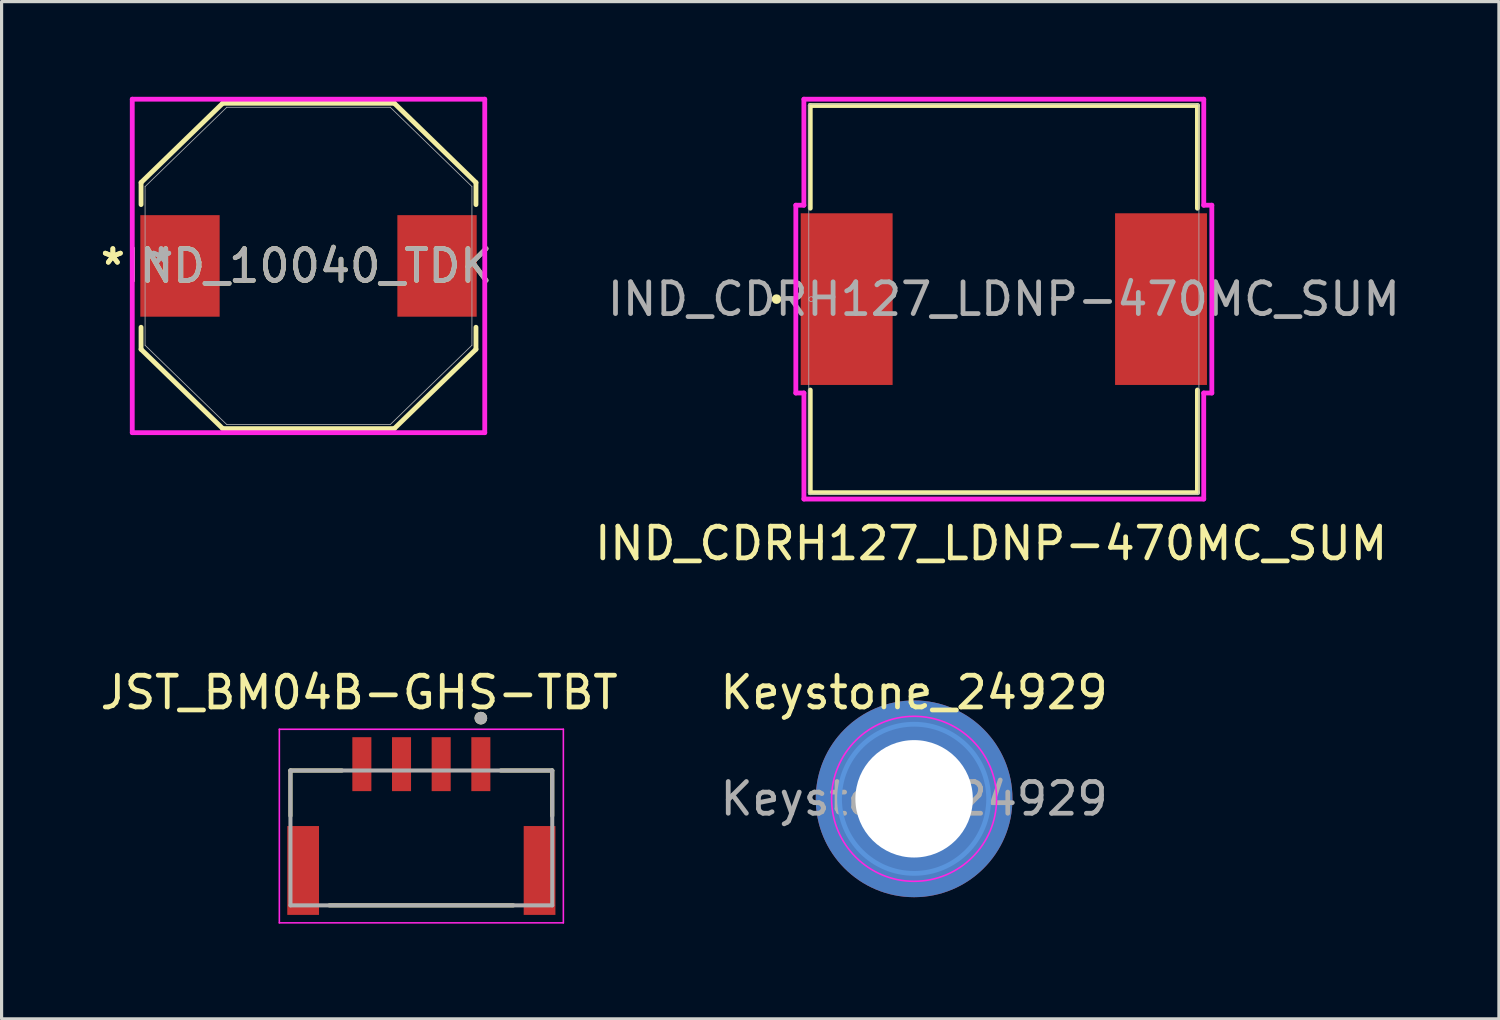
<source format=kicad_pcb>
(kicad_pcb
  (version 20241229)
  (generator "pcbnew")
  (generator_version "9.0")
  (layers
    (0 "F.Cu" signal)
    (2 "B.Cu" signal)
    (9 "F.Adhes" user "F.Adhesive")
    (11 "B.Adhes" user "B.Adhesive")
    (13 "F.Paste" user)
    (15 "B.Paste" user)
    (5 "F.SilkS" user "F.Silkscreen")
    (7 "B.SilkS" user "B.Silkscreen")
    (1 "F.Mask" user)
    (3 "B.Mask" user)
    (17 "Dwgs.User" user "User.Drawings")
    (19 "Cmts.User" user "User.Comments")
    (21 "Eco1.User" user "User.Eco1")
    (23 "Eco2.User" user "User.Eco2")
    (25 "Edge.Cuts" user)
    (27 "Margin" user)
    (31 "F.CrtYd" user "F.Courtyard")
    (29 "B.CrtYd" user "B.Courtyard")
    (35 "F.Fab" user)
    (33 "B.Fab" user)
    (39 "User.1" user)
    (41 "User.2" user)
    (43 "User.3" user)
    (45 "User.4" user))
  (footprint "Keystone_24929"
    (layer "F.Cu")
    (at 25.756 22.123)
    (property "Reference" "Keystone_24929" (at 0 -3.35 0) (layer "F.SilkS") (effects (font (size 1 1) (thickness 0.15))))
    (attr exclude_from_pos_files exclude_from_bom)
    (fp_circle (center 0 0) (end 2.35 0) (stroke (width 0.15) (type solid)) (fill no) (layer "Cmts.User"))
    (fp_circle (center 0 0) (end 2.6 0) (stroke (width 0.05) (type solid)) (fill no) (layer "F.CrtYd"))
    (fp_text user "${REFERENCE}" (at 0 0 0) (layer "F.Fab") (effects (font (size 1 1) (thickness 0.15))))
    (pad "1" thru_hole circle (at 0 0) (size 6.2 6.2) (drill 3.7) (layers "*.Cu" "*.Mask")))
  (footprint "IND_CDRH127_LDNP-470MC_SUM"
    (layer "F.Cu")
    (at 28.584 6.376)
    (property "Reference" "IND_CDRH127_LDNP-470MC_SUM" (at -0.4 7.7 0) (unlocked yes) (layer "F.SilkS") (effects (font (size 1 1) (thickness 0.15))))
    (attr smd)
    (fp_line (start -6.1 -6.1) (end -6.1 -2.864) (stroke (width 0.152) (type solid)) (layer "F.SilkS"))
    (fp_line (start -6.1 6.1) (end -6.1 2.864) (stroke (width 0.152) (type solid)) (layer "F.SilkS"))
    (fp_line (start 6.1 -6.1) (end -6.1 -6.1) (stroke (width 0.152) (type solid)) (layer "F.SilkS"))
    (fp_line (start 6.1 -2.864) (end 6.1 -6.1) (stroke (width 0.152) (type solid)) (layer "F.SilkS"))
    (fp_line (start 6.1 2.864) (end 6.1 6.1) (stroke (width 0.152) (type solid)) (layer "F.SilkS"))
    (fp_line (start 6.1 6.1) (end -6.1 6.1) (stroke (width 0.152) (type solid)) (layer "F.SilkS"))
    (fp_circle (center -7.163 0) (end -7.087 0) (stroke (width 0.152) (type solid)) (fill no) (layer "F.SilkS"))
    (fp_line (start -6.555 -2.959) (end -6.301 -2.959) (stroke (width 0.152) (type solid)) (layer "F.CrtYd"))
    (fp_line (start -6.555 2.959) (end -6.555 -2.959) (stroke (width 0.152) (type solid)) (layer "F.CrtYd"))
    (fp_line (start -6.301 -2.959) (end -6.301 -6.3) (stroke (width 0.152) (type solid)) (layer "F.CrtYd"))
    (fp_line (start -6.3 -6.3) (end 6.3 -6.3) (stroke (width 0.152) (type solid)) (layer "F.CrtYd"))
    (fp_line (start -6.3 2.959) (end -6.555 2.959) (stroke (width 0.152) (type solid)) (layer "F.CrtYd"))
    (fp_line (start -6.3 6.3) (end -6.3 2.959) (stroke (width 0.152) (type solid)) (layer "F.CrtYd"))
    (fp_line (start -6.3 6.3) (end 6.3 6.3) (stroke (width 0.152) (type solid)) (layer "F.CrtYd"))
    (fp_line (start 6.299 2.959) (end 6.554 2.959) (stroke (width 0.152) (type solid)) (layer "F.CrtYd"))
    (fp_line (start 6.299 6.3) (end 6.299 2.959) (stroke (width 0.152) (type solid)) (layer "F.CrtYd"))
    (fp_line (start 6.3 -2.959) (end 6.3 -6.3) (stroke (width 0.152) (type solid)) (layer "F.CrtYd"))
    (fp_line (start 6.554 -2.959) (end 6.3 -2.959) (stroke (width 0.152) (type solid)) (layer "F.CrtYd"))
    (fp_line (start 6.554 2.959) (end 6.554 -2.959) (stroke (width 0.152) (type solid)) (layer "F.CrtYd"))
    (fp_line (start -6.147 -6.147) (end -6.147 6.147) (stroke (width 0.025) (type solid)) (layer "F.Fab"))
    (fp_line (start -6.147 6.147) (end 6.147 6.147) (stroke (width 0.025) (type solid)) (layer "F.Fab"))
    (fp_line (start 6.147 -6.147) (end -6.147 -6.147) (stroke (width 0.025) (type solid)) (layer "F.Fab"))
    (fp_line (start 6.147 6.147) (end 6.147 -6.147) (stroke (width 0.025) (type solid)) (layer "F.Fab"))
    (fp_circle (center -6.071 0) (end -5.994 0) (stroke (width 0.025) (type solid)) (fill no) (layer "F.Fab"))
    (fp_text user "${REFERENCE}" (at 0 0 0) (unlocked yes) (layer "F.Fab") (effects (font (size 1 1) (thickness 0.15))))
    (pad "1" smd rect (at -4.953 0) (size 2.896 5.41) (layers "F.Cu" "F.Mask" "F.Paste"))
    (pad "2" smd rect (at 4.953 0) (size 2.896 5.41) (layers "F.Cu" "F.Mask" "F.Paste")))
  (footprint "JST_BM04B-GHS-TBT"
    (layer "F.Cu")
    (at 10.228 24.381)
    (property "Reference" "JST_BM04B-GHS-TBT" (at -1.96 -5.608 0) (layer "F.SilkS") (effects (font (size 1 1) (thickness 0.15))))
    (attr smd)
    (fp_line (start -4.125 -3.15) (end -2.5 -3.15) (stroke (width 0.127) (type solid)) (layer "F.SilkS"))
    (fp_line (start -4.125 -1.72) (end -4.125 -3.15) (stroke (width 0.127) (type solid)) (layer "F.SilkS"))
    (fp_line (start -2.9 1.1) (end 2.9 1.1) (stroke (width 0.127) (type solid)) (layer "F.SilkS"))
    (fp_line (start 2.5 -3.15) (end 4.125 -3.15) (stroke (width 0.127) (type solid)) (layer "F.SilkS"))
    (fp_line (start 4.125 -1.72) (end 4.125 -3.15) (stroke (width 0.127) (type solid)) (layer "F.SilkS"))
    (fp_circle (center 1.875 -4.8) (end 1.975 -4.8) (stroke (width 0.2) (type solid)) (fill no) (layer "F.SilkS"))
    (fp_line (start -4.475 -4.45) (end 4.475 -4.45) (stroke (width 0.05) (type solid)) (layer "F.CrtYd"))
    (fp_line (start -4.475 1.65) (end -4.475 -4.45) (stroke (width 0.05) (type solid)) (layer "F.CrtYd"))
    (fp_line (start 4.475 -4.45) (end 4.475 1.65) (stroke (width 0.05) (type solid)) (layer "F.CrtYd"))
    (fp_line (start 4.475 1.65) (end -4.475 1.65) (stroke (width 0.05) (type solid)) (layer "F.CrtYd"))
    (fp_line (start -4.125 -3.15) (end 4.125 -3.15) (stroke (width 0.127) (type solid)) (layer "F.Fab"))
    (fp_line (start -4.125 1.1) (end -4.125 -3.15) (stroke (width 0.127) (type solid)) (layer "F.Fab"))
    (fp_line (start 4.125 -3.15) (end 4.125 1.1) (stroke (width 0.127) (type solid)) (layer "F.Fab"))
    (fp_line (start 4.125 1.1) (end -4.125 1.1) (stroke (width 0.127) (type solid)) (layer "F.Fab"))
    (fp_circle (center 1.875 -4.8) (end 1.975 -4.8) (stroke (width 0.2) (type solid)) (fill no) (layer "F.Fab"))
    (pad "1" smd rect (at 1.875 -3.35 90) (size 1.7 0.6) (layers "F.Cu" "F.Mask" "F.Paste"))
    (pad "2" smd rect (at 0.625 -3.35 90) (size 1.7 0.6) (layers "F.Cu" "F.Mask" "F.Paste"))
    (pad "3" smd rect (at -0.625 -3.35 90) (size 1.7 0.6) (layers "F.Cu" "F.Mask" "F.Paste"))
    (pad "4" smd rect (at -1.875 -3.35 90) (size 1.7 0.6) (layers "F.Cu" "F.Mask" "F.Paste"))
    (pad "S1" smd rect (at -3.725 0 270) (size 2.8 1) (layers "F.Cu" "F.Mask" "F.Paste"))
    (pad "S2" smd rect (at 3.725 0 270) (size 2.8 1) (layers "F.Cu" "F.Mask" "F.Paste")))
  (footprint "IND_10040_TDK"
    (layer "F.Cu")
    (at 6.672 5.33)
    (property "Reference" "IND_10040_TDK" (at 0 0 0) (unlocked yes) (layer "F.SilkS") (effects (font (size 1 1) (thickness 0.15))))
    (attr smd)
    (fp_line (start -5.277 -2.627) (end -5.277 -1.933) (stroke (width 0.152) (type solid)) (layer "F.SilkS"))
    (fp_line (start -5.277 1.933) (end -5.277 2.627) (stroke (width 0.152) (type solid)) (layer "F.SilkS"))
    (fp_line (start -5.277 2.627) (end -2.702 5.127) (stroke (width 0.152) (type solid)) (layer "F.SilkS"))
    (fp_line (start -2.702 -5.127) (end -5.277 -2.627) (stroke (width 0.152) (type solid)) (layer "F.SilkS"))
    (fp_line (start -2.702 5.127) (end 2.702 5.127) (stroke (width 0.152) (type solid)) (layer "F.SilkS"))
    (fp_line (start 2.702 -5.127) (end -2.702 -5.127) (stroke (width 0.152) (type solid)) (layer "F.SilkS"))
    (fp_line (start 2.702 5.127) (end 5.277 2.627) (stroke (width 0.152) (type solid)) (layer "F.SilkS"))
    (fp_line (start 5.277 -2.627) (end 2.702 -5.127) (stroke (width 0.152) (type solid)) (layer "F.SilkS"))
    (fp_line (start 5.277 -1.933) (end 5.277 -2.627) (stroke (width 0.152) (type solid)) (layer "F.SilkS"))
    (fp_line (start 5.277 2.627) (end 5.277 1.933) (stroke (width 0.152) (type solid)) (layer "F.SilkS"))
    (fp_line (start -5.554 -5.254) (end 5.554 -5.254) (stroke (width 0.152) (type solid)) (layer "F.CrtYd"))
    (fp_line (start -5.554 5.254) (end -5.554 -5.254) (stroke (width 0.152) (type solid)) (layer "F.CrtYd"))
    (fp_line (start 5.554 -5.254) (end 5.554 5.254) (stroke (width 0.152) (type solid)) (layer "F.CrtYd"))
    (fp_line (start 5.554 5.254) (end -5.554 5.254) (stroke (width 0.152) (type solid)) (layer "F.CrtYd"))
    (fp_line (start -5.15 -2.5) (end -5.15 2.5) (stroke (width 0.025) (type solid)) (layer "F.Fab"))
    (fp_line (start -5.15 2.5) (end -2.575 5) (stroke (width 0.025) (type solid)) (layer "F.Fab"))
    (fp_line (start -2.575 -5) (end -5.15 -2.5) (stroke (width 0.025) (type solid)) (layer "F.Fab"))
    (fp_line (start -2.575 5) (end 2.575 5) (stroke (width 0.025) (type solid)) (layer "F.Fab"))
    (fp_line (start 2.575 -5) (end -2.575 -5) (stroke (width 0.025) (type solid)) (layer "F.Fab"))
    (fp_line (start 2.575 5) (end 5.15 2.5) (stroke (width 0.025) (type solid)) (layer "F.Fab"))
    (fp_line (start 5.15 -2.5) (end 2.575 -5) (stroke (width 0.025) (type solid)) (layer "F.Fab"))
    (fp_line (start 5.15 2.5) (end 5.15 -2.5) (stroke (width 0.025) (type solid)) (layer "F.Fab"))
    (fp_text user "*" (at -6.166 0 0) (unlocked yes) (layer "F.SilkS") (effects (font (size 1 1) (thickness 0.15))))
    (fp_text user "*" (at -6.166 0 0) (layer "F.SilkS") (effects (font (size 1 1) (thickness 0.15))))
    (fp_text user "*" (at -4.642 0 0) (layer "F.Fab") (effects (font (size 1 1) (thickness 0.15))))
    (fp_text user "${REFERENCE}" (at 0 0 0) (unlocked yes) (layer "F.Fab") (effects (font (size 1 1) (thickness 0.15))))
    (fp_text user "*" (at -4.642 0 0) (unlocked yes) (layer "F.Fab") (effects (font (size 1 1) (thickness 0.15))))
    (pad "1" smd rect (at -4.05 0) (size 2.5 3.2) (layers "F.Cu" "F.Mask" "F.Paste"))
    (pad "2" smd rect (at 4.05 0) (size 2.5 3.2) (layers "F.Cu" "F.Mask" "F.Paste")))
  (gr_rect
    (start -3 -3)
    (end 44.185 29.056)
    (stroke (width 0.1) (type default))
    (fill no)
    (layer "Edge.Cuts")))
</source>
